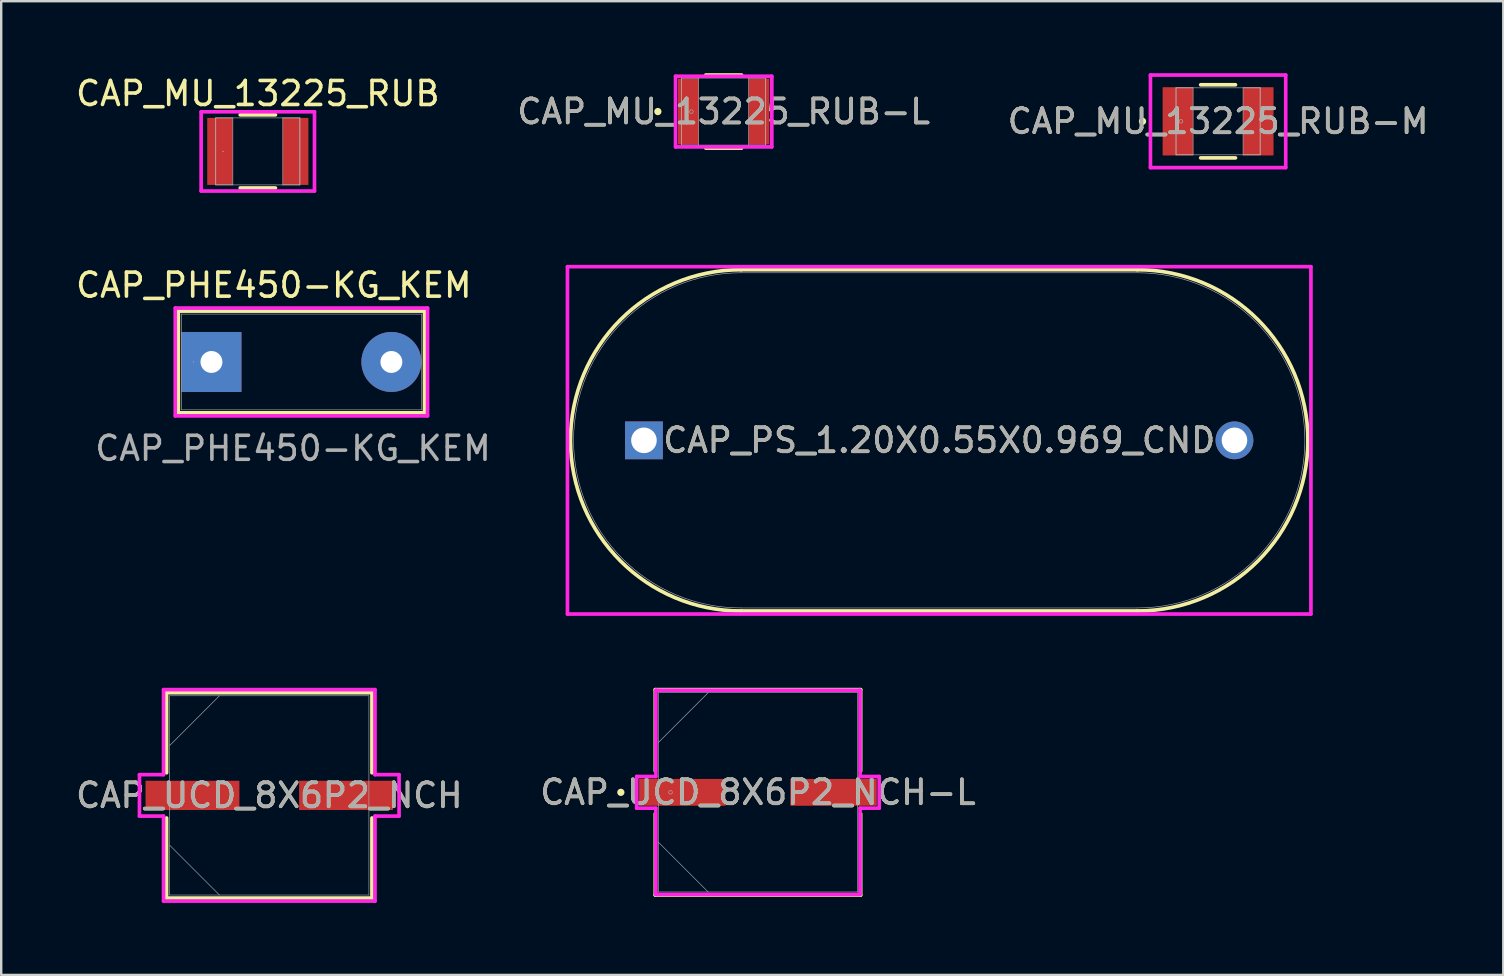
<source format=kicad_pcb>
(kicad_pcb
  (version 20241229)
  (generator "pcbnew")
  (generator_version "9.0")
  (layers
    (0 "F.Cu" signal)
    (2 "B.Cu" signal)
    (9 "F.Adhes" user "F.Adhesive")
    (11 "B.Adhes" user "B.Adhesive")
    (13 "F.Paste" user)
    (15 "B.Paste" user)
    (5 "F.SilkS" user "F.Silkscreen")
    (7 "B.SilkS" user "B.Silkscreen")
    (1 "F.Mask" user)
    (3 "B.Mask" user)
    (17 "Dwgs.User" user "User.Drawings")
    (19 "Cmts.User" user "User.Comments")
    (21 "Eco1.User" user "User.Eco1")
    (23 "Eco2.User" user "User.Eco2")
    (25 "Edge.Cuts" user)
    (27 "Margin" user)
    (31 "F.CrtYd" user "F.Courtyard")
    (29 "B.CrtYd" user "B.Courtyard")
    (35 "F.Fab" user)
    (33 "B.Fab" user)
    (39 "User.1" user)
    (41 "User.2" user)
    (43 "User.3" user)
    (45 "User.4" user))
  (footprint "CAP_PS_1.20X0.55X0.969_CND"
    (layer "F.Cu")
    (at 23.79 15.304)
    (property "Reference" "CAP_PS_1.20X0.55X0.969_CND" (at 12.306 0 0) (unlocked yes) (layer "F.SilkS") (effects (font (size 1 1) (thickness 0.15))))
    (attr through_hole)
    (fp_line (start 4.051 -7.112) (end 20.561 -7.112) (stroke (width 0.152) (type solid)) (layer "F.SilkS"))
    (fp_line (start 4.051 7.112) (end 20.561 7.112) (stroke (width 0.152) (type solid)) (layer "F.SilkS"))
    (fp_arc (start 4.0513 7.112) (mid -3.0607 0) (end 4.0513 -7.112) (stroke (width 0.1524) (type solid)) (layer "F.SilkS"))
    (fp_arc (start 20.5613 -7.112) (mid 25.590243 -5.028943) (end 27.6733 0) (stroke (width 0.1524) (type solid)) (layer "F.SilkS"))
    (fp_arc (start 27.6733 0) (mid 25.590243 5.028943) (end 20.5613 7.112) (stroke (width 0.1524) (type solid)) (layer "F.SilkS"))
    (fp_line (start -3.188 -7.239) (end 27.8 -7.239) (stroke (width 0.152) (type solid)) (layer "F.CrtYd"))
    (fp_line (start -3.188 7.239) (end -3.188 -7.239) (stroke (width 0.152) (type solid)) (layer "F.CrtYd"))
    (fp_line (start 27.8 -7.239) (end 27.8 7.239) (stroke (width 0.152) (type solid)) (layer "F.CrtYd"))
    (fp_line (start 27.8 7.239) (end -3.188 7.239) (stroke (width 0.152) (type solid)) (layer "F.CrtYd"))
    (fp_line (start 4.051 -6.985) (end 20.561 -6.985) (stroke (width 0.025) (type solid)) (layer "F.Fab"))
    (fp_line (start 4.051 6.985) (end 20.561 6.985) (stroke (width 0.025) (type solid)) (layer "F.Fab"))
    (fp_arc (start 4.0513 6.985) (mid -2.9337 0) (end 4.0513 -6.985) (stroke (width 0.0254) (type solid)) (layer "F.Fab"))
    (fp_arc (start 20.5613 -6.985) (mid 27.5463 0) (end 20.5613 6.985) (stroke (width 0.0254) (type solid)) (layer "F.Fab"))
    (fp_text user "${REFERENCE}" (at 12.306 0 0) (unlocked yes) (layer "F.Fab") (effects (font (size 1 1) (thickness 0.15))))
    (pad "1" thru_hole rect (at 0 0) (size 1.575 1.575) (drill 1.067) (layers "*.Cu" "*.Mask"))
    (pad "2" thru_hole circle (at 24.613 0) (size 1.575 1.575) (drill 1.067) (layers "*.Cu" "*.Mask")))
  (footprint "CAP_UCD_8X6P2_NCH"
    (layer "F.Cu")
    (at 8.173 30.102)
    (property "Reference" "CAP_UCD_8X6P2_NCH" (at 0 0 0) (unlocked yes) (layer "F.SilkS") (effects (font (size 1 1) (thickness 0.15))))
    (attr smd)
    (fp_line (start -4.28 -4.28) (end -4.28 -0.942) (stroke (width 0.152) (type solid)) (layer "F.SilkS"))
    (fp_line (start -4.28 0.942) (end -4.28 4.28) (stroke (width 0.152) (type solid)) (layer "F.SilkS"))
    (fp_line (start -4.28 4.28) (end 4.28 4.28) (stroke (width 0.152) (type solid)) (layer "F.SilkS"))
    (fp_line (start 4.28 -4.28) (end -4.28 -4.28) (stroke (width 0.152) (type solid)) (layer "F.SilkS"))
    (fp_line (start 4.28 -0.942) (end 4.28 -4.28) (stroke (width 0.152) (type solid)) (layer "F.SilkS"))
    (fp_line (start 4.28 4.28) (end 4.28 0.942) (stroke (width 0.152) (type solid)) (layer "F.SilkS"))
    (fp_line (start -5.41 -0.864) (end -4.407 -0.864) (stroke (width 0.152) (type solid)) (layer "F.CrtYd"))
    (fp_line (start -5.41 0.864) (end -5.41 -0.864) (stroke (width 0.152) (type solid)) (layer "F.CrtYd"))
    (fp_line (start -4.407 -4.407) (end 4.407 -4.407) (stroke (width 0.152) (type solid)) (layer "F.CrtYd"))
    (fp_line (start -4.407 -0.864) (end -4.407 -4.407) (stroke (width 0.152) (type solid)) (layer "F.CrtYd"))
    (fp_line (start -4.407 0.864) (end -5.41 0.864) (stroke (width 0.152) (type solid)) (layer "F.CrtYd"))
    (fp_line (start -4.407 4.407) (end -4.407 0.864) (stroke (width 0.152) (type solid)) (layer "F.CrtYd"))
    (fp_line (start 4.407 -4.407) (end 4.407 -0.864) (stroke (width 0.152) (type solid)) (layer "F.CrtYd"))
    (fp_line (start 4.407 -0.864) (end 5.41 -0.864) (stroke (width 0.152) (type solid)) (layer "F.CrtYd"))
    (fp_line (start 4.407 0.864) (end 4.407 4.407) (stroke (width 0.152) (type solid)) (layer "F.CrtYd"))
    (fp_line (start 4.407 4.407) (end -4.407 4.407) (stroke (width 0.152) (type solid)) (layer "F.CrtYd"))
    (fp_line (start 5.41 -0.864) (end 5.41 0.864) (stroke (width 0.152) (type solid)) (layer "F.CrtYd"))
    (fp_line (start 5.41 0.864) (end 4.407 0.864) (stroke (width 0.152) (type solid)) (layer "F.CrtYd"))
    (fp_line (start -4.153 -4.153) (end -4.153 4.153) (stroke (width 0.025) (type solid)) (layer "F.Fab"))
    (fp_line (start -4.153 -2.076) (end -2.076 -4.153) (stroke (width 0.025) (type solid)) (layer "F.Fab"))
    (fp_line (start -4.153 2.076) (end -2.076 4.153) (stroke (width 0.025) (type solid)) (layer "F.Fab"))
    (fp_line (start -4.153 4.153) (end 4.153 4.153) (stroke (width 0.025) (type solid)) (layer "F.Fab"))
    (fp_line (start 4.153 -4.153) (end -4.153 -4.153) (stroke (width 0.025) (type solid)) (layer "F.Fab"))
    (fp_line (start 4.153 4.153) (end 4.153 -4.153) (stroke (width 0.025) (type solid)) (layer "F.Fab"))
    (fp_circle (center -3.645 0) (end -3.645 0) (stroke (width 0.025) (type solid)) (fill no) (layer "F.Fab"))
    (fp_text user "${REFERENCE}" (at 0 0 0) (unlocked yes) (layer "F.Fab") (effects (font (size 1 1) (thickness 0.15))))
    (pad "1" smd rect (at -3.2 0) (size 3.912 1.219) (layers "F.Cu" "F.Mask" "F.Paste"))
    (pad "2" smd rect (at 3.2 0) (size 3.912 1.219) (layers "F.Cu" "F.Mask" "F.Paste"))
    (zone (net_name "") (layer "F.Cu") (hatch full 0.508) (connect_pads) (min_thickness 0.254) (filled_areas_thickness no) (keepout (tracks not_allowed) (vias not_allowed) (pads allowed) (copperpour not_allowed) (footprints allowed)) (placement (enabled no)) (fill) (polygon (pts (xy 4.071 26) (xy 12.275 26) (xy 12.275 29.442) (xy 4.071 29.442))))
    (zone (net_name "") (layer "F.Cu") (hatch full 0.508) (connect_pads) (min_thickness 0.254) (filled_areas_thickness no) (keepout (tracks not_allowed) (vias not_allowed) (pads allowed) (copperpour not_allowed) (footprints allowed)) (placement (enabled no)) (fill) (polygon (pts (xy 4.071 30.762) (xy 12.275 30.762) (xy 12.275 34.204) (xy 4.071 34.204))))
    (zone (net_name "") (layer "F.Cu") (hatch full 0.508) (connect_pads) (min_thickness 0.254) (filled_areas_thickness no) (keepout (tracks not_allowed) (vias not_allowed) (pads allowed) (copperpour not_allowed) (footprints allowed)) (placement (enabled no)) (fill) (polygon (pts (xy 6.979 29.442) (xy 9.366 29.442) (xy 9.366 30.762) (xy 6.979 30.762)))))
  (footprint "CAP_MU_13225_RUB-L"
    (layer "F.Cu")
    (at 27.113 1.6)
    (property "Reference" "CAP_MU_13225_RUB-L" (at 0 0 0) (unlocked yes) (layer "F.SilkS") (effects (font (size 1 1) (thickness 0.15))))
    (attr smd)
    (fp_line (start -0.746 1.524) (end 0.746 1.524) (stroke (width 0.152) (type solid)) (layer "F.SilkS"))
    (fp_line (start 0.746 -1.524) (end -0.746 -1.524) (stroke (width 0.152) (type solid)) (layer "F.SilkS"))
    (fp_circle (center -2.743 0) (end -2.667 0) (stroke (width 0.152) (type solid)) (fill no) (layer "F.SilkS"))
    (fp_line (start -2.007 -1.473) (end 2.007 -1.473) (stroke (width 0.152) (type solid)) (layer "F.CrtYd"))
    (fp_line (start -2.007 1.473) (end -2.007 -1.473) (stroke (width 0.152) (type solid)) (layer "F.CrtYd"))
    (fp_line (start 2.007 -1.473) (end 2.007 1.473) (stroke (width 0.152) (type solid)) (layer "F.CrtYd"))
    (fp_line (start 2.007 1.473) (end -2.007 1.473) (stroke (width 0.152) (type solid)) (layer "F.CrtYd"))
    (fp_line (start -1.753 -1.397) (end -1.753 1.397) (stroke (width 0.025) (type solid)) (layer "F.Fab"))
    (fp_line (start -1.753 -1.397) (end -1.753 1.397) (stroke (width 0.025) (type solid)) (layer "F.Fab"))
    (fp_line (start -1.753 1.397) (end -1.041 1.397) (stroke (width 0.025) (type solid)) (layer "F.Fab"))
    (fp_line (start -1.753 1.397) (end 1.753 1.397) (stroke (width 0.025) (type solid)) (layer "F.Fab"))
    (fp_line (start -1.041 -1.397) (end -1.753 -1.397) (stroke (width 0.025) (type solid)) (layer "F.Fab"))
    (fp_line (start -1.041 1.397) (end -1.041 -1.397) (stroke (width 0.025) (type solid)) (layer "F.Fab"))
    (fp_line (start 1.041 -1.397) (end 1.041 1.397) (stroke (width 0.025) (type solid)) (layer "F.Fab"))
    (fp_line (start 1.041 1.397) (end 1.753 1.397) (stroke (width 0.025) (type solid)) (layer "F.Fab"))
    (fp_line (start 1.753 -1.397) (end -1.753 -1.397) (stroke (width 0.025) (type solid)) (layer "F.Fab"))
    (fp_line (start 1.753 -1.397) (end 1.041 -1.397) (stroke (width 0.025) (type solid)) (layer "F.Fab"))
    (fp_line (start 1.753 1.397) (end 1.753 -1.397) (stroke (width 0.025) (type solid)) (layer "F.Fab"))
    (fp_line (start 1.753 1.397) (end 1.753 -1.397) (stroke (width 0.025) (type solid)) (layer "F.Fab"))
    (fp_circle (center -1.346 0) (end -1.27 0) (stroke (width 0.025) (type solid)) (fill no) (layer "F.Fab"))
    (fp_text user "${REFERENCE}" (at 0 0 0) (unlocked yes) (layer "F.Fab") (effects (font (size 1 1) (thickness 0.15))))
    (pad "1" smd rect (at -1.473 0) (size 0.864 2.743) (layers "F.Cu" "F.Mask" "F.Paste"))
    (pad "2" smd rect (at 1.473 0) (size 0.864 2.743) (layers "F.Cu" "F.Mask" "F.Paste"))
    (zone (net_name "") (layer "F.Cu") (hatch full 0.508) (connect_pads) (min_thickness 0.254) (filled_areas_thickness no) (keepout (tracks not_allowed) (vias not_allowed) (pads allowed) (copperpour not_allowed) (footprints allowed)) (placement (enabled no)) (fill) (polygon (pts (xy 26.122 0.254) (xy 28.104 0.254) (xy 28.104 2.946) (xy 26.122 2.946)))))
  (footprint "CAP_MU_13225_RUB-M"
    (layer "F.Cu")
    (at 47.72 2.007)
    (property "Reference" "CAP_MU_13225_RUB-M" (at 0 0 0) (unlocked yes) (layer "F.SilkS") (effects (font (size 1 1) (thickness 0.15))))
    (attr smd)
    (fp_line (start -0.725 1.524) (end 0.725 1.524) (stroke (width 0.152) (type solid)) (layer "F.SilkS"))
    (fp_line (start 0.725 -1.524) (end -0.725 -1.524) (stroke (width 0.152) (type solid)) (layer "F.SilkS"))
    (fp_circle (center -3.15 0) (end -3.073 0) (stroke (width 0.152) (type solid)) (fill no) (layer "F.SilkS"))
    (fp_line (start -2.819 -1.93) (end 2.819 -1.93) (stroke (width 0.152) (type solid)) (layer "F.CrtYd"))
    (fp_line (start -2.819 1.93) (end -2.819 -1.93) (stroke (width 0.152) (type solid)) (layer "F.CrtYd"))
    (fp_line (start 2.819 -1.93) (end 2.819 1.93) (stroke (width 0.152) (type solid)) (layer "F.CrtYd"))
    (fp_line (start 2.819 1.93) (end -2.819 1.93) (stroke (width 0.152) (type solid)) (layer "F.CrtYd"))
    (fp_line (start -1.753 -1.397) (end -1.753 1.397) (stroke (width 0.025) (type solid)) (layer "F.Fab"))
    (fp_line (start -1.753 -1.397) (end -1.753 1.397) (stroke (width 0.025) (type solid)) (layer "F.Fab"))
    (fp_line (start -1.753 1.397) (end -1.041 1.397) (stroke (width 0.025) (type solid)) (layer "F.Fab"))
    (fp_line (start -1.753 1.397) (end 1.753 1.397) (stroke (width 0.025) (type solid)) (layer "F.Fab"))
    (fp_line (start -1.041 -1.397) (end -1.753 -1.397) (stroke (width 0.025) (type solid)) (layer "F.Fab"))
    (fp_line (start -1.041 1.397) (end -1.041 -1.397) (stroke (width 0.025) (type solid)) (layer "F.Fab"))
    (fp_line (start 1.041 -1.397) (end 1.041 1.397) (stroke (width 0.025) (type solid)) (layer "F.Fab"))
    (fp_line (start 1.041 1.397) (end 1.753 1.397) (stroke (width 0.025) (type solid)) (layer "F.Fab"))
    (fp_line (start 1.753 -1.397) (end -1.753 -1.397) (stroke (width 0.025) (type solid)) (layer "F.Fab"))
    (fp_line (start 1.753 -1.397) (end 1.041 -1.397) (stroke (width 0.025) (type solid)) (layer "F.Fab"))
    (fp_line (start 1.753 1.397) (end 1.753 -1.397) (stroke (width 0.025) (type solid)) (layer "F.Fab"))
    (fp_line (start 1.753 1.397) (end 1.753 -1.397) (stroke (width 0.025) (type solid)) (layer "F.Fab"))
    (fp_circle (center -1.549 0) (end -1.473 0) (stroke (width 0.025) (type solid)) (fill no) (layer "F.Fab"))
    (fp_text user "${REFERENCE}" (at 0 0 0) (unlocked yes) (layer "F.Fab") (effects (font (size 1 1) (thickness 0.15))))
    (pad "1" smd rect (at -1.676 0) (size 1.27 2.845) (layers "F.Cu" "F.Mask" "F.Paste"))
    (pad "2" smd rect (at 1.676 0) (size 1.27 2.845) (layers "F.Cu" "F.Mask" "F.Paste"))
    (zone (net_name "") (layer "F.Cu") (hatch full 0.508) (connect_pads) (min_thickness 0.254) (filled_areas_thickness no) (keepout (tracks not_allowed) (vias not_allowed) (pads allowed) (copperpour not_allowed) (footprints allowed)) (placement (enabled no)) (fill) (polygon (pts (xy 46.73 0.66) (xy 48.711 0.66) (xy 48.711 3.353) (xy 46.73 3.353)))))
  (footprint "CAP_PHE450-KG_KEM"
    (layer "F.Cu")
    (at 5.763 12.037)
    (property "Reference" "CAP_PHE450-KG_KEM" (at 2.6 -3.2 0) (unlocked yes) (layer "F.SilkS") (effects (font (size 1 1) (thickness 0.15))))
    (attr through_hole)
    (fp_line (start -1.381 -2.121) (end -1.381 2.121) (stroke (width 0.152) (type solid)) (layer "F.SilkS"))
    (fp_line (start 8.881 -2.121) (end -1.381 -2.121) (stroke (width 0.152) (type solid)) (layer "F.SilkS"))
    (fp_line (start 8.881 -2.121) (end 8.881 2.121) (stroke (width 0.152) (type solid)) (layer "F.SilkS"))
    (fp_line (start 8.881 2.121) (end -1.381 2.121) (stroke (width 0.152) (type solid)) (layer "F.SilkS"))
    (fp_line (start -1.508 -2.248) (end 9.008 -2.248) (stroke (width 0.152) (type solid)) (layer "F.CrtYd"))
    (fp_line (start -1.508 2.248) (end -1.508 -2.248) (stroke (width 0.152) (type solid)) (layer "F.CrtYd"))
    (fp_line (start 9.008 -2.248) (end 9.008 2.248) (stroke (width 0.152) (type solid)) (layer "F.CrtYd"))
    (fp_line (start 9.008 2.248) (end -1.508 2.248) (stroke (width 0.152) (type solid)) (layer "F.CrtYd"))
    (fp_line (start -1.254 -1.994) (end -1.254 1.994) (stroke (width 0.025) (type solid)) (layer "F.Fab"))
    (fp_line (start 8.754 -1.994) (end -1.254 -1.994) (stroke (width 0.025) (type solid)) (layer "F.Fab"))
    (fp_line (start 8.754 -1.994) (end 8.754 1.994) (stroke (width 0.025) (type solid)) (layer "F.Fab"))
    (fp_line (start 8.754 1.994) (end -1.254 1.994) (stroke (width 0.025) (type solid)) (layer "F.Fab"))
    (fp_circle (center -0.746 0) (end -0.746 0) (stroke (width 0.025) (type solid)) (fill no) (layer "F.Fab"))
    (fp_text user "${REFERENCE}" (at 3.4 3.6 0) (unlocked yes) (layer "F.Fab") (effects (font (size 1 1) (thickness 0.15))))
    (pad "1" thru_hole rect (at 0 0) (size 2.5 2.5) (drill 0.914) (layers "*.Cu" "*.Mask"))
    (pad "2" thru_hole circle (at 7.5 0) (size 2.5 2.5) (drill 0.914) (layers "*.Cu" "*.Mask")))
  (footprint "CAP_UCD_8X6P2_NCH-L"
    (layer "F.Cu")
    (at 28.542 29.975)
    (property "Reference" "CAP_UCD_8X6P2_NCH-L" (at 0 0 0) (unlocked yes) (layer "F.SilkS") (effects (font (size 1 1) (thickness 0.15))))
    (attr smd)
    (fp_line (start -4.28 -4.28) (end -4.28 -0.892) (stroke (width 0.152) (type solid)) (layer "F.SilkS"))
    (fp_line (start -4.28 0.892) (end -4.28 4.28) (stroke (width 0.152) (type solid)) (layer "F.SilkS"))
    (fp_line (start -4.28 4.28) (end 4.28 4.28) (stroke (width 0.152) (type solid)) (layer "F.SilkS"))
    (fp_line (start 4.28 -4.28) (end -4.28 -4.28) (stroke (width 0.152) (type solid)) (layer "F.SilkS"))
    (fp_line (start 4.28 -0.892) (end 4.28 -4.28) (stroke (width 0.152) (type solid)) (layer "F.SilkS"))
    (fp_line (start 4.28 4.28) (end 4.28 0.892) (stroke (width 0.152) (type solid)) (layer "F.SilkS"))
    (fp_circle (center -5.715 0) (end -5.639 0) (stroke (width 0.152) (type solid)) (fill no) (layer "F.SilkS"))
    (fp_line (start -5.055 -0.66) (end -4.255 -0.66) (stroke (width 0.152) (type solid)) (layer "F.CrtYd"))
    (fp_line (start -5.055 0.66) (end -5.055 -0.66) (stroke (width 0.152) (type solid)) (layer "F.CrtYd"))
    (fp_line (start -4.255 -4.255) (end 4.255 -4.255) (stroke (width 0.152) (type solid)) (layer "F.CrtYd"))
    (fp_line (start -4.255 -0.66) (end -4.255 -4.255) (stroke (width 0.152) (type solid)) (layer "F.CrtYd"))
    (fp_line (start -4.255 0.66) (end -5.055 0.66) (stroke (width 0.152) (type solid)) (layer "F.CrtYd"))
    (fp_line (start -4.255 4.255) (end -4.255 0.66) (stroke (width 0.152) (type solid)) (layer "F.CrtYd"))
    (fp_line (start 4.255 -4.255) (end 4.255 -0.66) (stroke (width 0.152) (type solid)) (layer "F.CrtYd"))
    (fp_line (start 4.255 -0.66) (end 5.055 -0.66) (stroke (width 0.152) (type solid)) (layer "F.CrtYd"))
    (fp_line (start 4.255 0.66) (end 4.255 4.255) (stroke (width 0.152) (type solid)) (layer "F.CrtYd"))
    (fp_line (start 4.255 4.255) (end -4.255 4.255) (stroke (width 0.152) (type solid)) (layer "F.CrtYd"))
    (fp_line (start 5.055 -0.66) (end 5.055 0.66) (stroke (width 0.152) (type solid)) (layer "F.CrtYd"))
    (fp_line (start 5.055 0.66) (end 4.255 0.66) (stroke (width 0.152) (type solid)) (layer "F.CrtYd"))
    (fp_line (start -4.153 -4.153) (end -4.153 4.153) (stroke (width 0.025) (type solid)) (layer "F.Fab"))
    (fp_line (start -4.153 -2.076) (end -2.076 -4.153) (stroke (width 0.025) (type solid)) (layer "F.Fab"))
    (fp_line (start -4.153 2.076) (end -2.076 4.153) (stroke (width 0.025) (type solid)) (layer "F.Fab"))
    (fp_line (start -4.153 4.153) (end 4.153 4.153) (stroke (width 0.025) (type solid)) (layer "F.Fab"))
    (fp_line (start 4.153 -4.153) (end -4.153 -4.153) (stroke (width 0.025) (type solid)) (layer "F.Fab"))
    (fp_line (start 4.153 4.153) (end 4.153 -4.153) (stroke (width 0.025) (type solid)) (layer "F.Fab"))
    (fp_circle (center -3.645 0) (end -3.569 0) (stroke (width 0.025) (type solid)) (fill no) (layer "F.Fab"))
    (fp_text user "${REFERENCE}" (at 0 0 0) (unlocked yes) (layer "F.Fab") (effects (font (size 1 1) (thickness 0.15))))
    (pad "1" smd rect (at -3.15 0) (size 3.607 1.118) (layers "F.Cu" "F.Mask" "F.Paste"))
    (pad "2" smd rect (at 3.15 0) (size 3.607 1.118) (layers "F.Cu" "F.Mask" "F.Paste"))
    (zone (net_name "") (layer "F.Cu") (hatch full 0.508) (connect_pads) (min_thickness 0.254) (filled_areas_thickness no) (keepout (tracks not_allowed) (vias not_allowed) (pads allowed) (copperpour not_allowed) (footprints allowed)) (placement (enabled no)) (fill) (polygon (pts (xy 24.44 25.873) (xy 32.644 25.873) (xy 32.644 29.365) (xy 24.44 29.365))))
    (zone (net_name "") (layer "F.Cu") (hatch full 0.508) (connect_pads) (min_thickness 0.254) (filled_areas_thickness no) (keepout (tracks not_allowed) (vias not_allowed) (pads allowed) (copperpour not_allowed) (footprints allowed)) (placement (enabled no)) (fill) (polygon (pts (xy 24.44 30.585) (xy 32.644 30.585) (xy 32.644 34.077) (xy 24.44 34.077))))
    (zone (net_name "") (layer "F.Cu") (hatch full 0.508) (connect_pads) (min_thickness 0.254) (filled_areas_thickness no) (keepout (tracks not_allowed) (vias not_allowed) (pads allowed) (copperpour not_allowed) (footprints allowed)) (placement (enabled no)) (fill) (polygon (pts (xy 27.246 29.365) (xy 29.837 29.365) (xy 29.837 30.585) (xy 27.246 30.585)))))
  (footprint "CAP_MU_13225_RUB"
    (layer "F.Cu")
    (at 7.696 3.261)
    (property "Reference" "CAP_MU_13225_RUB" (at 0 -2.413 0) (unlocked yes) (layer "F.SilkS") (effects (font (size 1 1) (thickness 0.15))))
    (attr smd)
    (fp_line (start -0.734 1.524) (end 0.734 1.524) (stroke (width 0.152) (type solid)) (layer "F.SilkS"))
    (fp_line (start 0.734 -1.524) (end -0.734 -1.524) (stroke (width 0.152) (type solid)) (layer "F.SilkS"))
    (fp_line (start -2.362 -1.651) (end 2.362 -1.651) (stroke (width 0.152) (type solid)) (layer "F.CrtYd"))
    (fp_line (start -2.362 1.651) (end -2.362 -1.651) (stroke (width 0.152) (type solid)) (layer "F.CrtYd"))
    (fp_line (start 2.362 -1.651) (end 2.362 1.651) (stroke (width 0.152) (type solid)) (layer "F.CrtYd"))
    (fp_line (start 2.362 1.651) (end -2.362 1.651) (stroke (width 0.152) (type solid)) (layer "F.CrtYd"))
    (fp_line (start -1.753 -1.397) (end -1.753 1.397) (stroke (width 0.025) (type solid)) (layer "F.Fab"))
    (fp_line (start -1.753 -1.397) (end -1.753 1.397) (stroke (width 0.025) (type solid)) (layer "F.Fab"))
    (fp_line (start -1.753 1.397) (end -1.041 1.397) (stroke (width 0.025) (type solid)) (layer "F.Fab"))
    (fp_line (start -1.753 1.397) (end 1.753 1.397) (stroke (width 0.025) (type solid)) (layer "F.Fab"))
    (fp_line (start -1.041 -1.397) (end -1.753 -1.397) (stroke (width 0.025) (type solid)) (layer "F.Fab"))
    (fp_line (start -1.041 1.397) (end -1.041 -1.397) (stroke (width 0.025) (type solid)) (layer "F.Fab"))
    (fp_line (start 1.041 -1.397) (end 1.041 1.397) (stroke (width 0.025) (type solid)) (layer "F.Fab"))
    (fp_line (start 1.041 1.397) (end 1.753 1.397) (stroke (width 0.025) (type solid)) (layer "F.Fab"))
    (fp_line (start 1.753 -1.397) (end -1.753 -1.397) (stroke (width 0.025) (type solid)) (layer "F.Fab"))
    (fp_line (start 1.753 -1.397) (end 1.041 -1.397) (stroke (width 0.025) (type solid)) (layer "F.Fab"))
    (fp_line (start 1.753 1.397) (end 1.753 -1.397) (stroke (width 0.025) (type solid)) (layer "F.Fab"))
    (fp_line (start 1.753 1.397) (end 1.753 -1.397) (stroke (width 0.025) (type solid)) (layer "F.Fab"))
    (fp_circle (center -1.448 0) (end -1.448 0) (stroke (width 0.025) (type solid)) (fill no) (layer "F.Fab"))
    (pad "1" smd rect (at -1.575 0) (size 1.067 2.794) (layers "F.Cu" "F.Mask" "F.Paste"))
    (pad "2" smd rect (at 1.575 0) (size 1.067 2.794) (layers "F.Cu" "F.Mask" "F.Paste"))
    (zone (net_name "") (layer "F.Cu") (hatch full 0.508) (connect_pads) (min_thickness 0.254) (filled_areas_thickness no) (keepout (tracks not_allowed) (vias not_allowed) (pads allowed) (copperpour not_allowed) (footprints allowed)) (placement (enabled no)) (fill) (polygon (pts (xy 6.706 1.915) (xy 8.687 1.915) (xy 8.687 4.607) (xy 6.706 4.607)))))
  (gr_rect
    (start -3 -3)
    (end 59.607 37.585)
    (stroke (width 0.1) (type default))
    (fill no)
    (layer "Edge.Cuts")))
</source>
